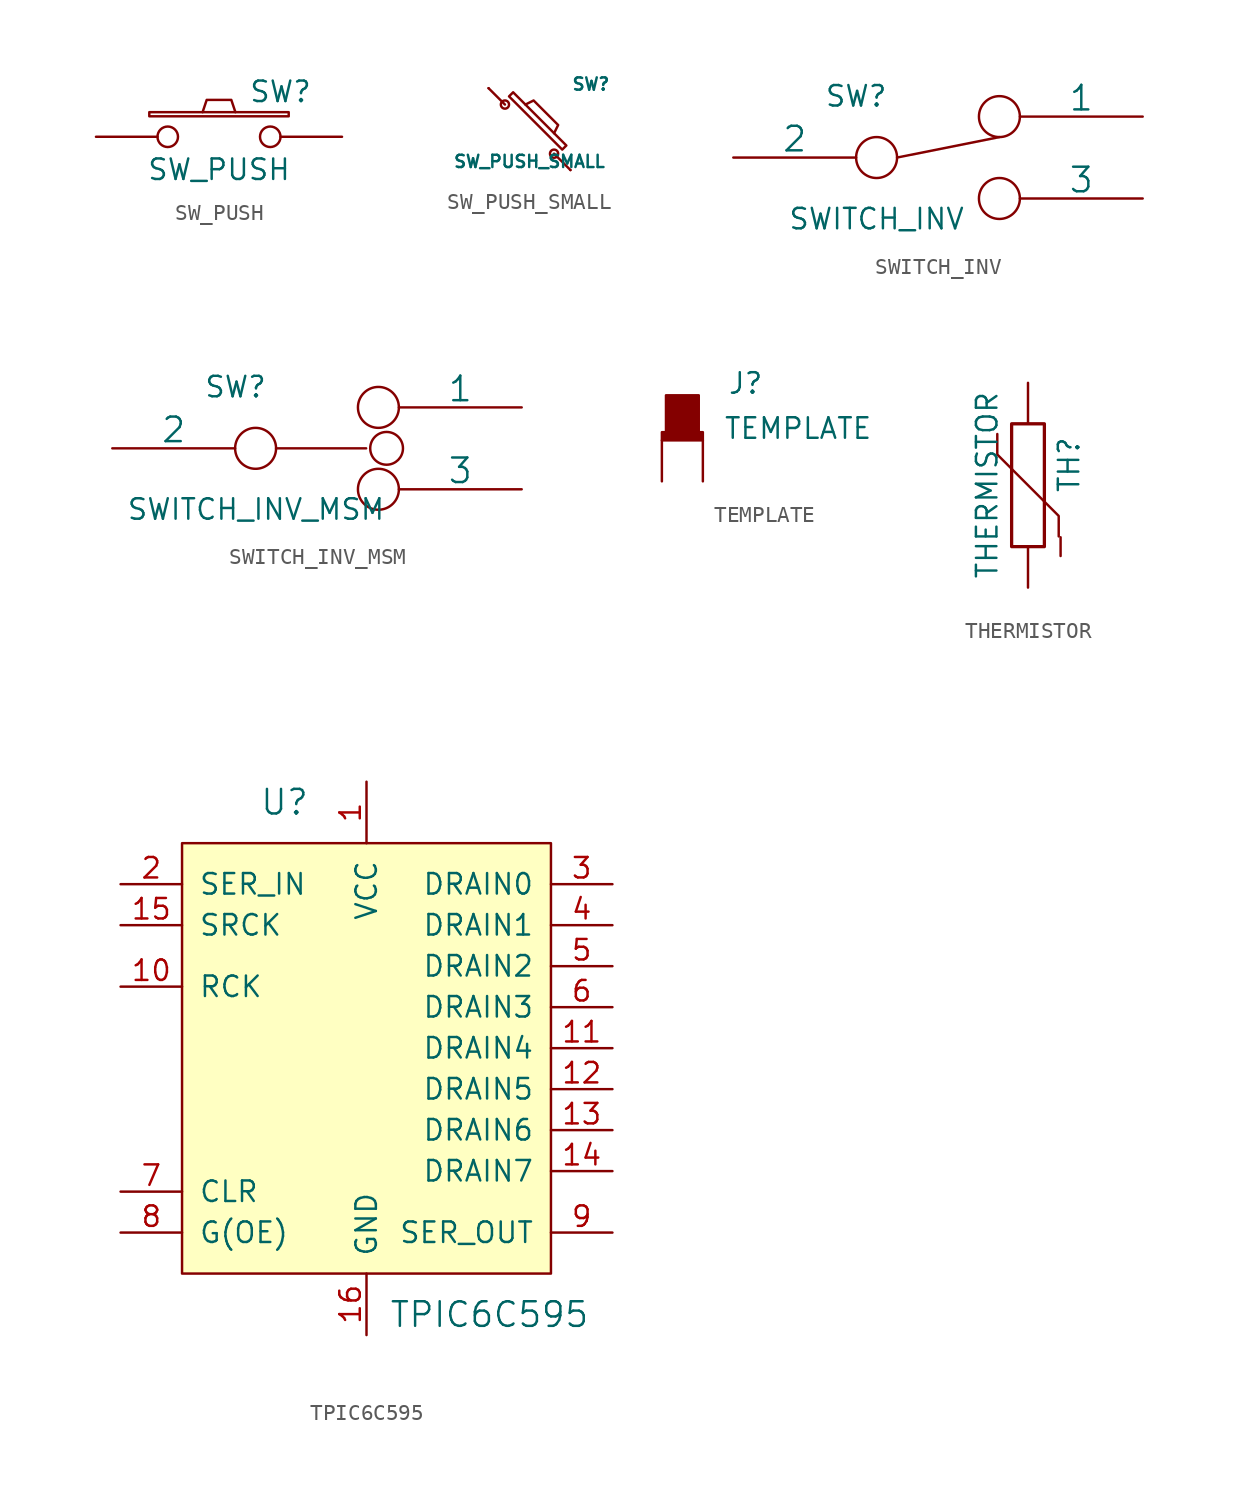
<source format=kicad_sym>
(kicad_symbol_lib
  (version 20231120)
  (generator "kicad_symbol_editor")
  (generator_version "8.0")
  (symbol "SW_PUSH"
    (pin_numbers hide)
    (pin_names
      (offset 1.016) hide)
    (property "Reference" "SW"
      (at 3.81 2.794 0)
      (effects (font (size 1.27 1.27))))
    (property "Value" "SW_PUSH"
      (at 0 -2.032 0)
      (effects (font (size 1.27 1.27))))
    (property "Footprint" ""
      (at 0 0 0)
      (effects (font (size 1.524 1.524))))
    (property "Datasheet" ""
      (at 0 0 0)
      (effects (font (size 1.524 1.524))))
    (symbol "SW_PUSH_0_1"
      (rectangle (start -4.318 1.27) (end 4.318 1.524) (stroke (width 0) (type solid)) (fill (type none)))
      (polyline (pts (xy -1.016 1.524) (xy -0.762 2.286) (xy 0.762 2.286) (xy 1.016 1.524)) (stroke (width 0) (type solid)) (fill (type none)))
      (pin passive inverted (at -7.62 0 0) (length 5.08) (name "1" (effects (font (size 1.524 1.524)))) (number "1" (effects (font (size 1.524 1.524)))))
      (pin passive inverted (at 7.62 0 180) (length 5.08) (name "2" (effects (font (size 1.524 1.524)))) (number "2" (effects (font (size 1.524 1.524)))))))
  (symbol "SW_PUSH_SMALL"
    (pin_numbers hide)
    (pin_names
      (offset 1.016) hide)
    (property "Reference" "SW"
      (at 3.81 2.794 0)
      (effects (font (size 0.762 0.762))))
    (property "Value" "SW_PUSH_SMALL"
      (at 0 -2.007 0)
      (effects (font (size 0.762 0.762))))
    (property "Footprint" ""
      (at 0 0 0)
      (effects (font (size 1.524 1.524))))
    (property "Datasheet" ""
      (at 0 0 0)
      (effects (font (size 1.524 1.524))))
    (symbol "SW_PUSH_SMALL_0_1"
      (circle (center -1.524 1.524) (radius 0.254) (stroke (width 0) (type solid)) (fill (type none)))
      (polyline (pts (xy -2.54 2.54) (xy -1.524 1.524) (xy -1.524 1.524)) (stroke (width 0) (type solid)) (fill (type none)))
      (polyline (pts (xy 1.524 -1.524) (xy 2.54 -2.54) (xy 2.54 -2.54) (xy 2.54 -2.54)) (stroke (width 0) (type solid)) (fill (type none)))
      (polyline (pts (xy -0.254 1.524) (xy 0.254 1.778) (xy 1.778 0.254) (xy 1.524 -0.254) (xy 1.524 -0.254) (xy 1.524 -0.254)) (stroke (width 0) (type solid)) (fill (type none)))
      (polyline (pts (xy -1.27 2.032) (xy 2.032 -1.27) (xy 2.286 -1.016) (xy -1.016 2.286) (xy -1.27 2.032) (xy -1.27 2.032) (xy -1.27 2.032)) (stroke (width 0) (type solid)) (fill (type none)))
      (circle (center 1.524 -1.524) (radius 0.254) (stroke (width 0) (type solid)) (fill (type none)))
      (pin passive line (at -2.54 2.54 0) (length 0) (name "1" (effects (font (size 1.524 1.524)))) (number "1" (effects (font (size 1.524 1.524)))))
      (pin passive line (at 2.54 -2.54 180) (length 0) (name "2" (effects (font (size 1.524 1.524)))) (number "2" (effects (font (size 1.524 1.524)))))))
  (symbol "SWITCH_INV"
    (pin_numbers hide)
    (pin_names
      (offset 0))
    (property "Reference" "SW"
      (at -5.08 3.81 0)
      (effects (font (size 1.27 1.27))))
    (property "Value" "SWITCH_INV"
      (at -3.81 -3.81 0)
      (effects (font (size 1.27 1.27))))
    (property "Footprint" ""
      (at 0 0 0)
      (effects (font (size 1.524 1.524))))
    (property "Datasheet" ""
      (at 0 0 0)
      (effects (font (size 1.524 1.524))))
    (symbol "SWITCH_INV_0_0"
      (circle (center -3.81 0) (radius 1.27) (stroke (width 0) (type solid)) (fill (type none)))
      (circle (center 3.81 -2.54) (radius 1.27) (stroke (width 0) (type solid)) (fill (type none))))
    (symbol "SWITCH_INV_0_1"
      (polyline (pts (xy -2.54 0) (xy 3.81 1.27)) (stroke (width 0) (type solid)) (fill (type none)))
      (circle (center 3.81 2.54) (radius 1.27) (stroke (width 0) (type solid)) (fill (type none))))
    (symbol "SWITCH_INV_1_1"
      (pin passive line (at 12.7 2.54 180) (length 7.62) (name "1" (effects (font (size 1.524 1.524)))) (number "1" (effects (font (size 1.524 1.524)))))
      (pin passive line (at -12.7 0 0) (length 7.62) (name "2" (effects (font (size 1.524 1.524)))) (number "2" (effects (font (size 1.524 1.524)))))
      (pin passive line (at 12.7 -2.54 180) (length 7.62) (name "3" (effects (font (size 1.524 1.524)))) (number "3" (effects (font (size 1.524 1.524)))))))
  (symbol "SWITCH_INV_MSM"
    (pin_numbers hide)
    (pin_names
      (offset 0))
    (property "Reference" "SW"
      (at -5.055 3.81 0)
      (effects (font (size 1.27 1.27))))
    (property "Value" "SWITCH_INV_MSM"
      (at -3.785 -3.785 0)
      (effects (font (size 1.27 1.27))))
    (property "Footprint" ""
      (at 0 0 0)
      (effects (font (size 1.524 1.524))))
    (property "Datasheet" ""
      (at 0 0 0)
      (effects (font (size 1.524 1.524))))
    (symbol "SWITCH_INV_MSM_0_0"
      (circle (center -3.81 0) (radius 1.27) (stroke (width 0) (type solid)) (fill (type none)))
      (circle (center 3.81 -2.54) (radius 1.27) (stroke (width 0) (type solid)) (fill (type none))))
    (symbol "SWITCH_INV_MSM_0_1"
      (polyline (pts (xy -2.54 0) (xy 3.048 0) (xy 3.048 0) (xy 3.048 0) (xy 3.048 0)) (stroke (width 0) (type solid)) (fill (type none)))
      (circle (center 3.81 2.54) (radius 1.27) (stroke (width 0) (type solid)) (fill (type none)))
      (circle (center 4.318 0) (radius 1.016) (stroke (width 0) (type solid)) (fill (type none))))
    (symbol "SWITCH_INV_MSM_1_1"
      (pin passive line (at 12.7 2.54 180) (length 7.62) (name "1" (effects (font (size 1.524 1.524)))) (number "1" (effects (font (size 1.524 1.524)))))
      (pin passive line (at -12.7 0 0) (length 7.62) (name "2" (effects (font (size 1.524 1.524)))) (number "2" (effects (font (size 1.524 1.524)))))
      (pin passive line (at 12.7 -2.54 180) (length 7.62) (name "3" (effects (font (size 1.524 1.524)))) (number "3" (effects (font (size 1.524 1.524)))))))
  (symbol "TEMPLATE"
    (pin_numbers hide)
    (pin_names
      (offset 1.016) hide)
    (property "Reference" "J"
      (at 4.064 5.334 0)
      (effects (font (size 1.27 1.27)) (justify left bottom)))
    (property "Value" "TEMPLATE"
      (at 3.81 2.54 0)
      (effects (font (size 1.27 1.27)) (justify left bottom)))
    (property "Footprint" ""
      (at 0 0 0)
      (effects (font (size 1.524 1.524))))
    (property "Datasheet" ""
      (at 0 0 0)
      (effects (font (size 1.524 1.524))))
    (symbol "TEMPLATE_0_1"
      (rectangle (start 0 2.54) (end 2.54 3.048) (stroke (width 0) (type solid)) (fill (type outline)))
      (rectangle (start 2.286 5.334) (end 0.254 3.048) (stroke (width 0) (type solid)) (fill (type outline))))
    (symbol "TEMPLATE_1_1"
      (pin unspecified line (at 0 0 90) (length 2.54) (name "~" (effects (font (size 1.27 1.27)))) (number "1" (effects (font (size 1.27 1.27)))))
      (pin unspecified line (at 2.54 0 90) (length 2.54) (name "~" (effects (font (size 1.27 1.27)))) (number "2" (effects (font (size 1.27 1.27)))))))
  (symbol "THERMISTOR"
    (pin_numbers hide)
    (pin_names
      (offset 0))
    (property "Reference" "TH"
      (at 2.54 1.27 90)
      (effects (font (size 1.27 1.27))))
    (property "Value" "THERMISTOR"
      (at -2.54 0 90)
      (effects (font (size 1.27 1.27))))
    (property "Footprint" ""
      (at 0 0 0)
      (effects (font (size 1.524 1.524))))
    (property "Datasheet" ""
      (at 0 0 0)
      (effects (font (size 1.524 1.524))))
    (symbol "THERMISTOR_0_1"
      (rectangle (start -1.016 3.81) (end 1.016 -3.81) (stroke (width 0.203) (type solid)) (fill (type none)))
      (polyline (pts (xy -1.905 3.175) (xy -1.905 1.905) (xy 1.905 -1.905) (xy 1.905 -3.175) (xy 1.905 -3.175)) (stroke (width 0) (type solid)) (fill (type none)))
      (text "-" (at 1.905 -3.81 900) (effects (font (size 1.524 1.524)))))
    (symbol "THERMISTOR_1_1"
      (pin passive line (at 0 6.35 270) (length 2.54) (name "~" (effects (font (size 1.524 1.524)))) (number "1" (effects (font (size 1.524 1.524)))))
      (pin passive line (at 0 -6.35 90) (length 2.54) (name "~" (effects (font (size 1.524 1.524)))) (number "2" (effects (font (size 1.524 1.524)))))))
  (symbol "TPIC6C595"
    (pin_names
      (offset 1.016))
    (property "Reference" "U"
      (at -5.08 15.24 0)
      (effects (font (size 1.524 1.524))))
    (property "Value" "TPIC6C595"
      (at 7.62 -16.51 0)
      (effects (font (size 1.524 1.524))))
    (property "Footprint" ""
      (at 0 5.08 0)
      (effects (font (size 1.524 1.524))))
    (property "Datasheet" ""
      (at 0 5.08 0)
      (effects (font (size 1.524 1.524))))
    (symbol "TPIC6C595_0_1"
      (rectangle (start -11.43 12.7) (end 11.43 -13.97) (stroke (width 0) (type solid)) (fill (type background))))
    (symbol "TPIC6C595_1_1"
      (pin input line (at 0 16.51 270) (length 3.81) (name "VCC" (effects (font (size 1.27 1.27)))) (number "1" (effects (font (size 1.27 1.27)))))
      (pin input line (at -15.24 3.81 0) (length 3.81) (name "RCK" (effects (font (size 1.27 1.27)))) (number "10" (effects (font (size 1.27 1.27)))))
      (pin input line (at 15.24 0 180) (length 3.81) (name "DRAIN4" (effects (font (size 1.27 1.27)))) (number "11" (effects (font (size 1.27 1.27)))))
      (pin input line (at 15.24 -2.54 180) (length 3.81) (name "DRAIN5" (effects (font (size 1.27 1.27)))) (number "12" (effects (font (size 1.27 1.27)))))
      (pin input line (at 15.24 -5.08 180) (length 3.81) (name "DRAIN6" (effects (font (size 1.27 1.27)))) (number "13" (effects (font (size 1.27 1.27)))))
      (pin input line (at 15.24 -7.62 180) (length 3.81) (name "DRAIN7" (effects (font (size 1.27 1.27)))) (number "14" (effects (font (size 1.27 1.27)))))
      (pin input line (at -15.24 7.62 0) (length 3.81) (name "SRCK" (effects (font (size 1.27 1.27)))) (number "15" (effects (font (size 1.27 1.27)))))
      (pin input line (at 0 -17.78 90) (length 3.81) (name "GND" (effects (font (size 1.27 1.27)))) (number "16" (effects (font (size 1.27 1.27)))))
      (pin input line (at -15.24 10.16 0) (length 3.81) (name "SER_IN" (effects (font (size 1.27 1.27)))) (number "2" (effects (font (size 1.27 1.27)))))
      (pin input line (at 15.24 10.16 180) (length 3.81) (name "DRAIN0" (effects (font (size 1.27 1.27)))) (number "3" (effects (font (size 1.27 1.27)))))
      (pin input line (at 15.24 7.62 180) (length 3.81) (name "DRAIN1" (effects (font (size 1.27 1.27)))) (number "4" (effects (font (size 1.27 1.27)))))
      (pin input line (at 15.24 5.08 180) (length 3.81) (name "DRAIN2" (effects (font (size 1.27 1.27)))) (number "5" (effects (font (size 1.27 1.27)))))
      (pin input line (at 15.24 2.54 180) (length 3.81) (name "DRAIN3" (effects (font (size 1.27 1.27)))) (number "6" (effects (font (size 1.27 1.27)))))
      (pin input line (at -15.24 -8.89 0) (length 3.81) (name "CLR" (effects (font (size 1.27 1.27)))) (number "7" (effects (font (size 1.27 1.27)))))
      (pin input line (at -15.24 -11.43 0) (length 3.81) (name "G(OE)" (effects (font (size 1.27 1.27)))) (number "8" (effects (font (size 1.27 1.27)))))
      (pin input line (at 15.24 -11.43 180) (length 3.81) (name "SER_OUT" (effects (font (size 1.27 1.27)))) (number "9" (effects (font (size 1.27 1.27))))))))
</source>
